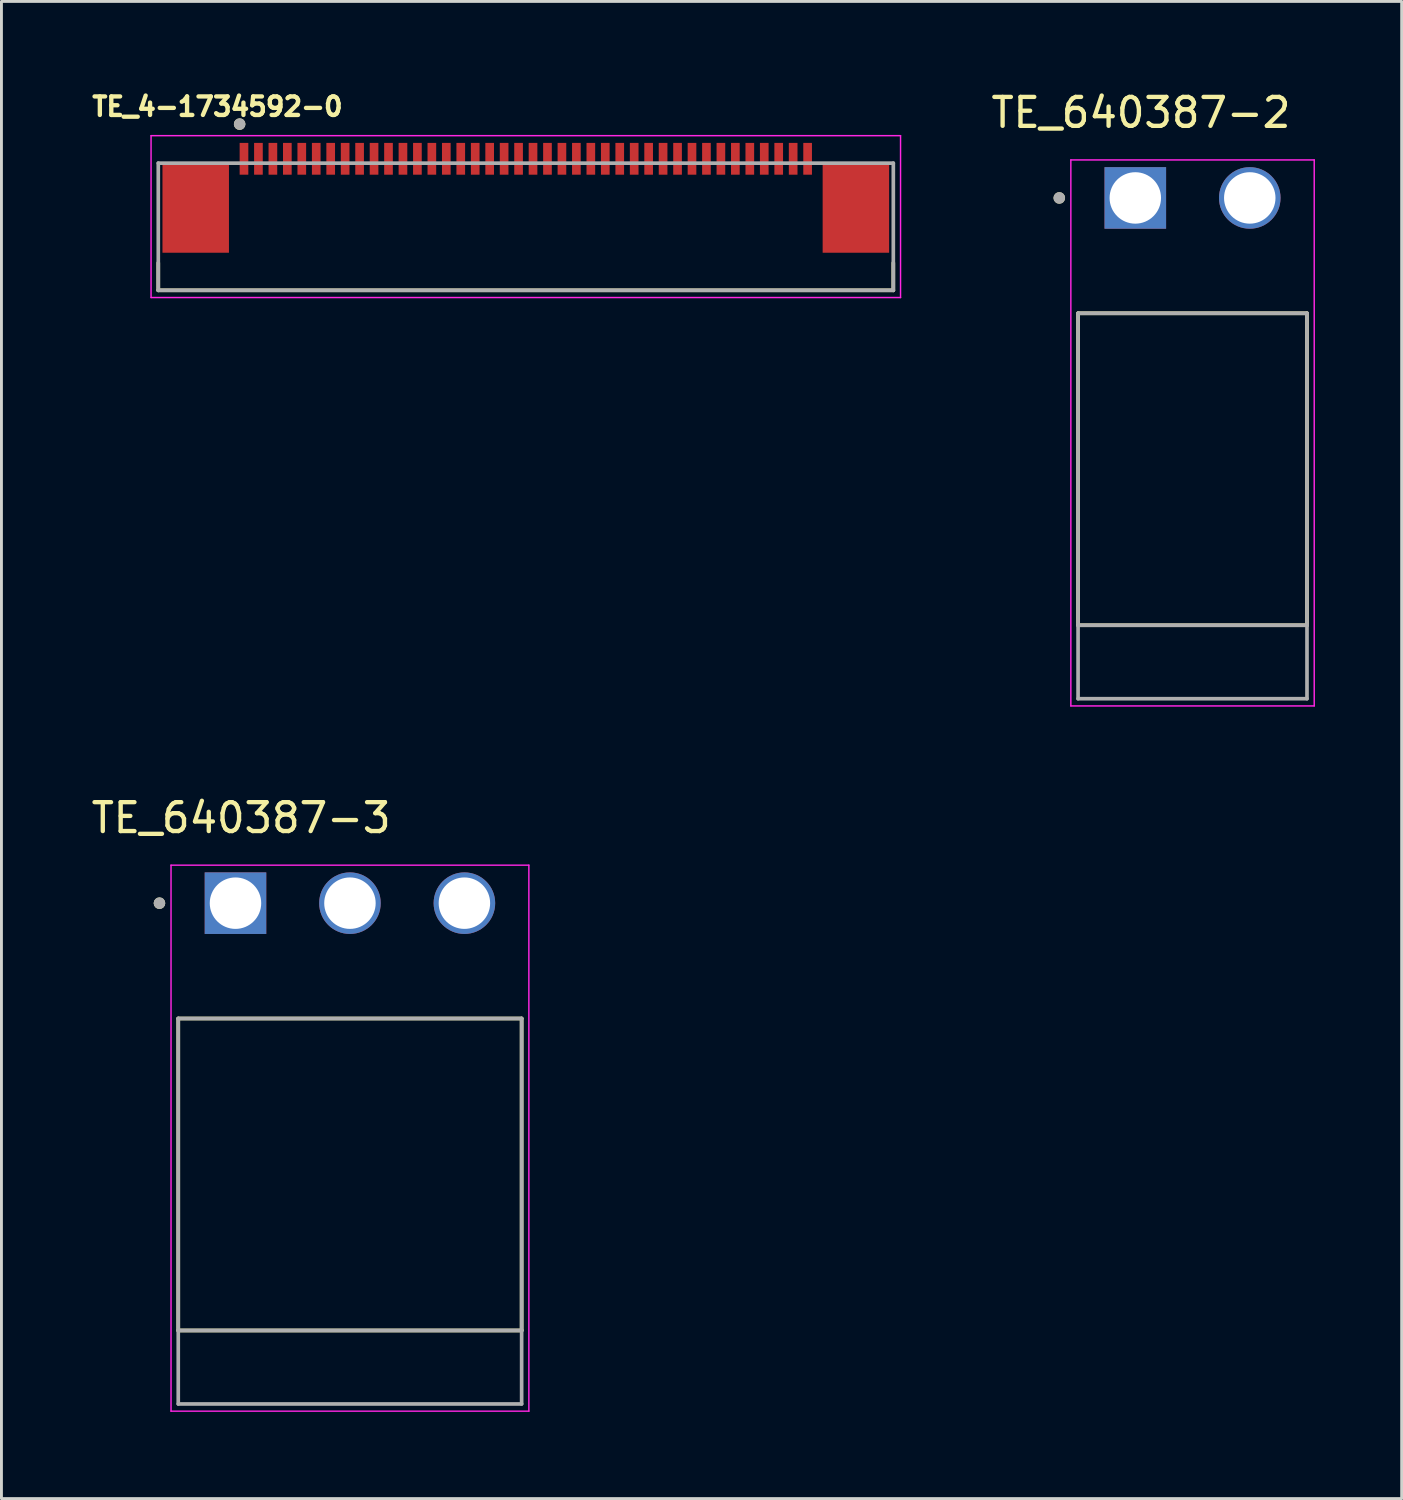
<source format=kicad_pcb>
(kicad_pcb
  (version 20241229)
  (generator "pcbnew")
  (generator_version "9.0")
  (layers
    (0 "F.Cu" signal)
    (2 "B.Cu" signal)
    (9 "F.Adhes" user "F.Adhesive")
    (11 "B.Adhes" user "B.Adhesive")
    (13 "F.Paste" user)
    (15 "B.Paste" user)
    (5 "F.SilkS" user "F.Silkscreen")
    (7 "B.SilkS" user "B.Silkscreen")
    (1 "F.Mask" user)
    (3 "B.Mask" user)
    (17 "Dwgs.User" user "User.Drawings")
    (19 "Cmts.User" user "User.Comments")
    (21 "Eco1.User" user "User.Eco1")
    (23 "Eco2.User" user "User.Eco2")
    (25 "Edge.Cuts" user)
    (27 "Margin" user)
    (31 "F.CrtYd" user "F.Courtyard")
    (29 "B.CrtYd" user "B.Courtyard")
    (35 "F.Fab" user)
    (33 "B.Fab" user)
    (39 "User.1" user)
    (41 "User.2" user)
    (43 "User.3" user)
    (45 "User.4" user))
  (footprint "TE_4-1734592-0"
    (layer "F.Cu")
    (at 15.141 2.444)
    (property "Reference" "TE_4-1734592-0" (at -10.668 -1.806 0) (layer "F.SilkS") (effects (font (size 0.64 0.64) (thickness 0.15))))
    (attr smd)
    (fp_line (start -12.715 4.55) (end -12.715 3.6) (stroke (width 0.127) (type solid)) (layer "F.SilkS"))
    (fp_line (start -12.715 4.55) (end 12.715 4.55) (stroke (width 0.127) (type solid)) (layer "F.SilkS"))
    (fp_line (start 12.715 4.55) (end 12.715 3.6) (stroke (width 0.127) (type solid)) (layer "F.SilkS"))
    (fp_circle (center -9.9 -1.2) (end -9.8 -1.2) (stroke (width 0.2) (type solid)) (fill no) (layer "F.SilkS"))
    (fp_line (start -12.965 -0.8) (end -12.965 4.8) (stroke (width 0.05) (type solid)) (layer "F.CrtYd"))
    (fp_line (start -12.965 4.8) (end 12.965 4.8) (stroke (width 0.05) (type solid)) (layer "F.CrtYd"))
    (fp_line (start 12.965 -0.8) (end -12.965 -0.8) (stroke (width 0.05) (type solid)) (layer "F.CrtYd"))
    (fp_line (start 12.965 4.8) (end 12.965 -0.8) (stroke (width 0.05) (type solid)) (layer "F.CrtYd"))
    (fp_line (start -12.715 0.15) (end -12.715 4.55) (stroke (width 0.127) (type solid)) (layer "F.Fab"))
    (fp_line (start -12.715 4.55) (end 12.715 4.55) (stroke (width 0.127) (type solid)) (layer "F.Fab"))
    (fp_line (start 12.715 0.15) (end -12.715 0.15) (stroke (width 0.127) (type solid)) (layer "F.Fab"))
    (fp_line (start 12.715 4.55) (end 12.715 0.15) (stroke (width 0.127) (type solid)) (layer "F.Fab"))
    (fp_circle (center -9.9 -1.2) (end -9.8 -1.2) (stroke (width 0.2) (type solid)) (fill no) (layer "F.Fab"))
    (pad "1" smd rect (at -9.75 0) (size 0.3 1.1) (layers "F.Cu" "F.Mask" "F.Paste"))
    (pad "2" smd rect (at -9.25 0) (size 0.3 1.1) (layers "F.Cu" "F.Mask" "F.Paste"))
    (pad "3" smd rect (at -8.75 0) (size 0.3 1.1) (layers "F.Cu" "F.Mask" "F.Paste"))
    (pad "4" smd rect (at -8.25 0) (size 0.3 1.1) (layers "F.Cu" "F.Mask" "F.Paste"))
    (pad "5" smd rect (at -7.75 0) (size 0.3 1.1) (layers "F.Cu" "F.Mask" "F.Paste"))
    (pad "6" smd rect (at -7.25 0) (size 0.3 1.1) (layers "F.Cu" "F.Mask" "F.Paste"))
    (pad "7" smd rect (at -6.75 0) (size 0.3 1.1) (layers "F.Cu" "F.Mask" "F.Paste"))
    (pad "8" smd rect (at -6.25 0) (size 0.3 1.1) (layers "F.Cu" "F.Mask" "F.Paste"))
    (pad "9" smd rect (at -5.75 0) (size 0.3 1.1) (layers "F.Cu" "F.Mask" "F.Paste"))
    (pad "10" smd rect (at -5.25 0) (size 0.3 1.1) (layers "F.Cu" "F.Mask" "F.Paste"))
    (pad "11" smd rect (at -4.75 0) (size 0.3 1.1) (layers "F.Cu" "F.Mask" "F.Paste"))
    (pad "12" smd rect (at -4.25 0) (size 0.3 1.1) (layers "F.Cu" "F.Mask" "F.Paste"))
    (pad "13" smd rect (at -3.75 0) (size 0.3 1.1) (layers "F.Cu" "F.Mask" "F.Paste"))
    (pad "14" smd rect (at -3.25 0) (size 0.3 1.1) (layers "F.Cu" "F.Mask" "F.Paste"))
    (pad "15" smd rect (at -2.75 0) (size 0.3 1.1) (layers "F.Cu" "F.Mask" "F.Paste"))
    (pad "16" smd rect (at -2.25 0) (size 0.3 1.1) (layers "F.Cu" "F.Mask" "F.Paste"))
    (pad "17" smd rect (at -1.75 0) (size 0.3 1.1) (layers "F.Cu" "F.Mask" "F.Paste"))
    (pad "18" smd rect (at -1.25 0) (size 0.3 1.1) (layers "F.Cu" "F.Mask" "F.Paste"))
    (pad "19" smd rect (at -0.75 0) (size 0.3 1.1) (layers "F.Cu" "F.Mask" "F.Paste"))
    (pad "20" smd rect (at -0.25 0) (size 0.3 1.1) (layers "F.Cu" "F.Mask" "F.Paste"))
    (pad "21" smd rect (at 0.25 0) (size 0.3 1.1) (layers "F.Cu" "F.Mask" "F.Paste"))
    (pad "22" smd rect (at 0.75 0) (size 0.3 1.1) (layers "F.Cu" "F.Mask" "F.Paste"))
    (pad "23" smd rect (at 1.25 0) (size 0.3 1.1) (layers "F.Cu" "F.Mask" "F.Paste"))
    (pad "24" smd rect (at 1.75 0) (size 0.3 1.1) (layers "F.Cu" "F.Mask" "F.Paste"))
    (pad "25" smd rect (at 2.25 0) (size 0.3 1.1) (layers "F.Cu" "F.Mask" "F.Paste"))
    (pad "26" smd rect (at 2.75 0) (size 0.3 1.1) (layers "F.Cu" "F.Mask" "F.Paste"))
    (pad "27" smd rect (at 3.25 0) (size 0.3 1.1) (layers "F.Cu" "F.Mask" "F.Paste"))
    (pad "28" smd rect (at 3.75 0) (size 0.3 1.1) (layers "F.Cu" "F.Mask" "F.Paste"))
    (pad "29" smd rect (at 4.25 0) (size 0.3 1.1) (layers "F.Cu" "F.Mask" "F.Paste"))
    (pad "30" smd rect (at 4.75 0) (size 0.3 1.1) (layers "F.Cu" "F.Mask" "F.Paste"))
    (pad "31" smd rect (at 5.25 0) (size 0.3 1.1) (layers "F.Cu" "F.Mask" "F.Paste"))
    (pad "32" smd rect (at 5.75 0) (size 0.3 1.1) (layers "F.Cu" "F.Mask" "F.Paste"))
    (pad "33" smd rect (at 6.25 0) (size 0.3 1.1) (layers "F.Cu" "F.Mask" "F.Paste"))
    (pad "34" smd rect (at 6.75 0) (size 0.3 1.1) (layers "F.Cu" "F.Mask" "F.Paste"))
    (pad "35" smd rect (at 7.25 0) (size 0.3 1.1) (layers "F.Cu" "F.Mask" "F.Paste"))
    (pad "36" smd rect (at 7.75 0) (size 0.3 1.1) (layers "F.Cu" "F.Mask" "F.Paste"))
    (pad "37" smd rect (at 8.25 0) (size 0.3 1.1) (layers "F.Cu" "F.Mask" "F.Paste"))
    (pad "38" smd rect (at 8.75 0) (size 0.3 1.1) (layers "F.Cu" "F.Mask" "F.Paste"))
    (pad "39" smd rect (at 9.25 0) (size 0.3 1.1) (layers "F.Cu" "F.Mask" "F.Paste"))
    (pad "40" smd rect (at 9.75 0) (size 0.3 1.1) (layers "F.Cu" "F.Mask" "F.Paste"))
    (pad "S1" smd rect (at -11.42 1.7) (size 2.3 3.1) (layers "F.Cu" "F.Mask" "F.Paste"))
    (pad "S2" smd rect (at 11.42 1.7) (size 2.3 3.1) (layers "F.Cu" "F.Mask" "F.Paste")))
  (footprint "TE_640387-2"
    (layer "F.Cu")
    (at 36.228 3.798)
    (property "Reference" "TE_640387-2" (at 0.195 -2.95 0) (layer "F.SilkS") (effects (font (size 1 1) (thickness 0.15))))
    (attr through_hole)
    (fp_line (start -1.98 14.783) (end -1.98 3.99) (stroke (width 0.127) (type solid)) (layer "F.SilkS"))
    (fp_line (start 5.94 3.99) (end -1.98 3.99) (stroke (width 0.127) (type solid)) (layer "F.SilkS"))
    (fp_line (start 5.94 3.99) (end 5.94 14.783) (stroke (width 0.127) (type solid)) (layer "F.SilkS"))
    (fp_line (start 5.94 14.783) (end -1.98 14.783) (stroke (width 0.127) (type solid)) (layer "F.SilkS"))
    (fp_circle (center -2.63 0) (end -2.53 0) (stroke (width 0.2) (type solid)) (fill no) (layer "F.SilkS"))
    (fp_line (start -2.23 -1.315) (end 6.19 -1.315) (stroke (width 0.05) (type solid)) (layer "F.CrtYd"))
    (fp_line (start -2.23 17.575) (end -2.23 -1.315) (stroke (width 0.05) (type solid)) (layer "F.CrtYd"))
    (fp_line (start 6.19 -1.315) (end 6.19 17.575) (stroke (width 0.05) (type solid)) (layer "F.CrtYd"))
    (fp_line (start 6.19 17.575) (end -2.23 17.575) (stroke (width 0.05) (type solid)) (layer "F.CrtYd"))
    (fp_line (start -1.98 3.99) (end 5.94 3.99) (stroke (width 0.127) (type solid)) (layer "F.Fab"))
    (fp_line (start -1.98 14.783) (end -1.98 3.99) (stroke (width 0.127) (type solid)) (layer "F.Fab"))
    (fp_line (start -1.98 14.783) (end -1.98 17.325) (stroke (width 0.127) (type solid)) (layer "F.Fab"))
    (fp_line (start -1.98 17.325) (end 5.94 17.325) (stroke (width 0.127) (type solid)) (layer "F.Fab"))
    (fp_line (start 5.94 3.99) (end 5.94 14.783) (stroke (width 0.127) (type solid)) (layer "F.Fab"))
    (fp_line (start 5.94 14.783) (end -1.98 14.783) (stroke (width 0.127) (type solid)) (layer "F.Fab"))
    (fp_line (start 5.94 17.325) (end 5.94 14.783) (stroke (width 0.127) (type solid)) (layer "F.Fab"))
    (fp_circle (center -2.63 0) (end -2.53 0) (stroke (width 0.2) (type solid)) (fill no) (layer "F.Fab"))
    (pad "1" thru_hole rect (at 0 0) (size 2.13 2.13) (drill 1.78) (layers "*.Cu" "*.Mask"))
    (pad "2" thru_hole circle (at 3.96 0) (size 2.13 2.13) (drill 1.78) (layers "*.Cu" "*.Mask")))
  (footprint "TE_640387-3"
    (layer "F.Cu")
    (at 5.097 28.197)
    (property "Reference" "TE_640387-3" (at 0.195 -2.95 0) (layer "F.SilkS") (effects (font (size 1 1) (thickness 0.15))))
    (attr through_hole)
    (fp_line (start -1.98 14.783) (end -1.98 3.99) (stroke (width 0.127) (type solid)) (layer "F.SilkS"))
    (fp_line (start 9.9 3.99) (end -1.98 3.99) (stroke (width 0.127) (type solid)) (layer "F.SilkS"))
    (fp_line (start 9.9 3.99) (end 9.9 14.783) (stroke (width 0.127) (type solid)) (layer "F.SilkS"))
    (fp_line (start 9.9 14.783) (end -1.98 14.783) (stroke (width 0.127) (type solid)) (layer "F.SilkS"))
    (fp_circle (center -2.63 0) (end -2.53 0) (stroke (width 0.2) (type solid)) (fill no) (layer "F.SilkS"))
    (fp_line (start -2.23 -1.315) (end 10.15 -1.315) (stroke (width 0.05) (type solid)) (layer "F.CrtYd"))
    (fp_line (start -2.23 17.575) (end -2.23 -1.315) (stroke (width 0.05) (type solid)) (layer "F.CrtYd"))
    (fp_line (start 10.15 -1.315) (end 10.15 17.575) (stroke (width 0.05) (type solid)) (layer "F.CrtYd"))
    (fp_line (start 10.15 17.575) (end -2.23 17.575) (stroke (width 0.05) (type solid)) (layer "F.CrtYd"))
    (fp_line (start -1.98 3.99) (end 9.9 3.99) (stroke (width 0.127) (type solid)) (layer "F.Fab"))
    (fp_line (start -1.98 14.783) (end -1.98 3.99) (stroke (width 0.127) (type solid)) (layer "F.Fab"))
    (fp_line (start -1.98 14.783) (end -1.98 17.325) (stroke (width 0.127) (type solid)) (layer "F.Fab"))
    (fp_line (start -1.98 17.325) (end 9.9 17.325) (stroke (width 0.127) (type solid)) (layer "F.Fab"))
    (fp_line (start 9.9 3.99) (end 9.9 14.783) (stroke (width 0.127) (type solid)) (layer "F.Fab"))
    (fp_line (start 9.9 14.783) (end -1.98 14.783) (stroke (width 0.127) (type solid)) (layer "F.Fab"))
    (fp_line (start 9.9 17.325) (end 9.9 14.783) (stroke (width 0.127) (type solid)) (layer "F.Fab"))
    (fp_circle (center -2.63 0) (end -2.53 0) (stroke (width 0.2) (type solid)) (fill no) (layer "F.Fab"))
    (pad "1" thru_hole rect (at 0 0) (size 2.13 2.13) (drill 1.78) (layers "*.Cu" "*.Mask"))
    (pad "2" thru_hole circle (at 3.96 0) (size 2.13 2.13) (drill 1.78) (layers "*.Cu" "*.Mask"))
    (pad "3" thru_hole circle (at 7.92 0) (size 2.13 2.13) (drill 1.78) (layers "*.Cu" "*.Mask")))
  (gr_rect
    (start -3 -3)
    (end 45.443 48.797)
    (stroke (width 0.1) (type default))
    (fill no)
    (layer "Edge.Cuts")))
</source>
